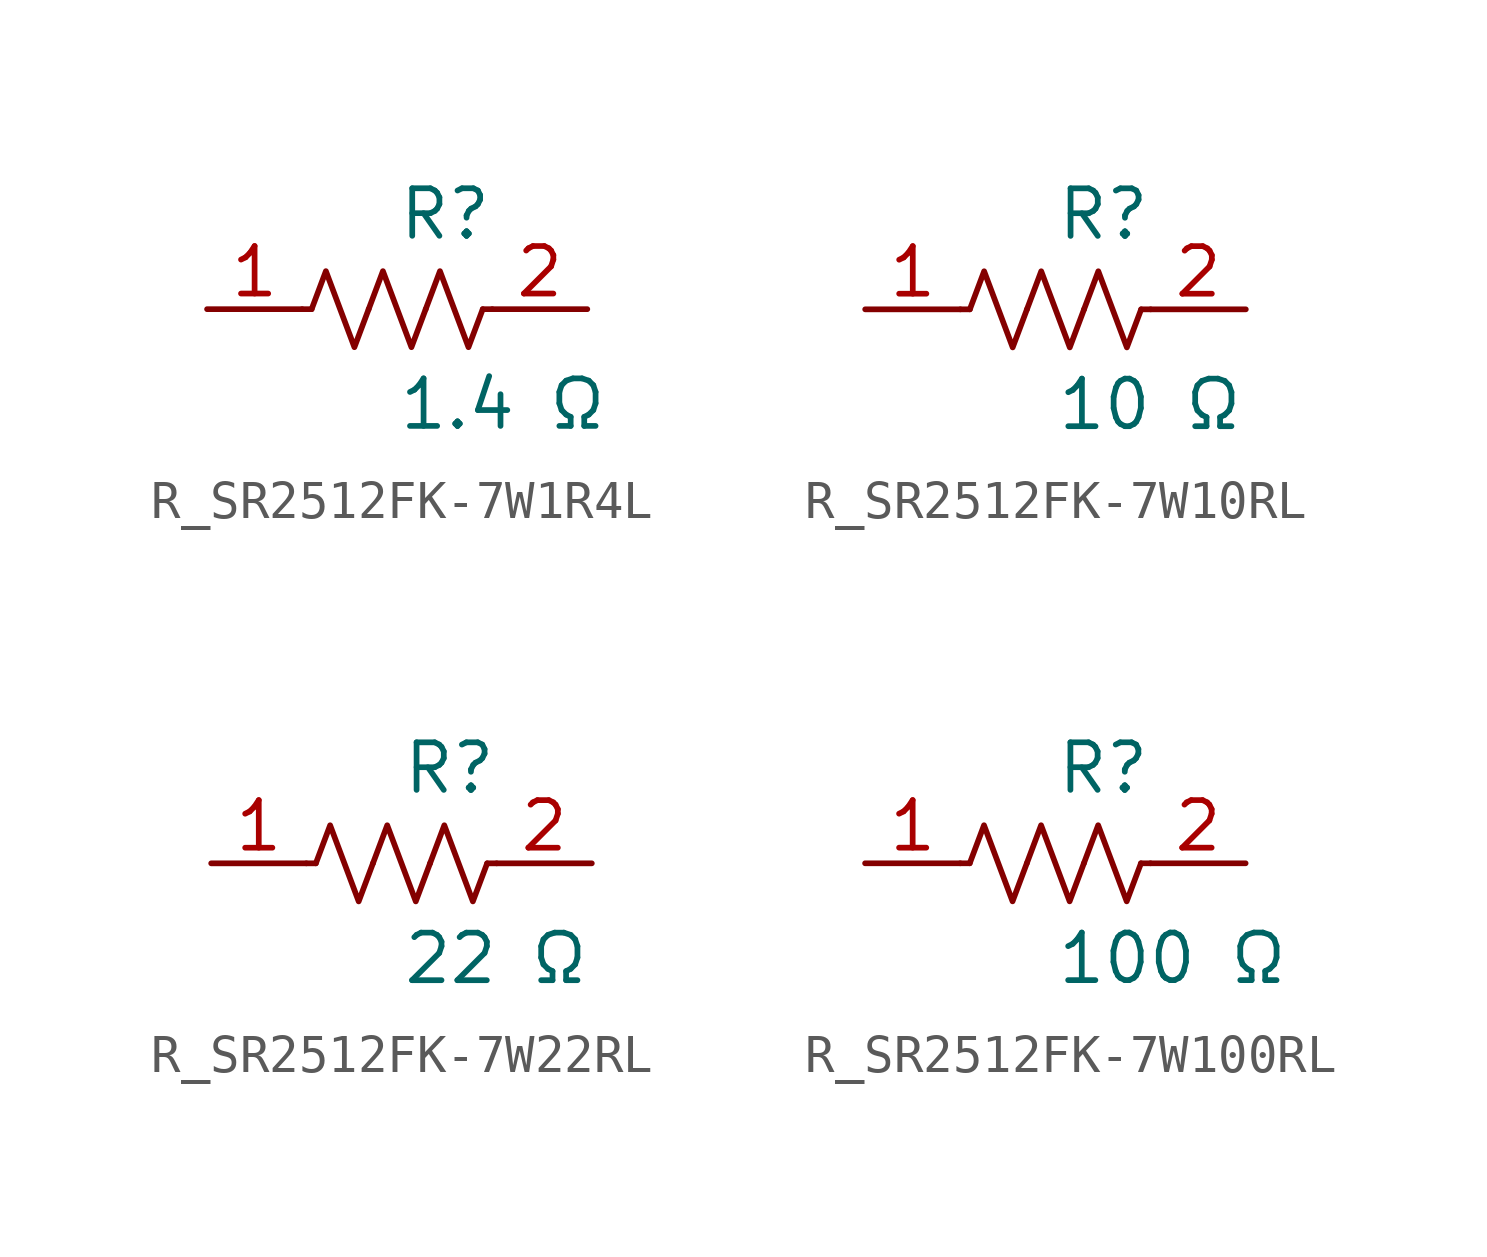
<source format=kicad_sym>
(kicad_symbol_lib
  (version 20231120)
  (generator kicad_symbol_editor)
  (generator_version 8.0)
  (symbol "R_SR2512FK-7W1R4L"
    (pin_names
      (offset 0.254))
    (property "Reference" "R"
      (at 0 2.54 0)
      (effects (font (size 1.27 1.27)) (justify left)))
    (property "Value" "1.4 Ω"
      (at 0 -2.54 0)
      (effects (font (size 1.27 1.27)) (justify left)))
    (symbol "R_SR2512FK-7W1R4L_0_1"
      (polyline (pts (xy 2.286 0) (xy 2.54 0)) (stroke (width 0) (type default)) (fill (type none)))
      (polyline (pts (xy -2.286 0) (xy -2.54 0)) (stroke (width 0) (type default)) (fill (type none)))
      (polyline (pts (xy 0.762 0) (xy 1.143 1.016) (xy 1.524 0) (xy 1.905 -1.016) (xy 2.286 0)) (stroke (width 0) (type default)) (fill (type none)))
      (polyline (pts (xy -0.762 0) (xy -0.381 1.016) (xy 0 0) (xy 0.381 -1.016) (xy 0.762 0)) (stroke (width 0) (type default)) (fill (type none)))
      (polyline (pts (xy -2.286 0) (xy -1.905 1.016) (xy -1.524 0) (xy -1.143 -1.016) (xy -0.762 0)) (stroke (width 0) (type default)) (fill (type none))))
    (pin passive line
      (at -5.08 0 0)
      (length 2.54)
      (name "" (effects (font (size 1.27 1.27))))
      (number "1" (effects (font (size 1.27 1.27)))))
    (pin passive line
      (at 5.08 0 180)
      (length 2.54)
      (name "" (effects (font (size 1.27 1.27))))
      (number "2" (effects (font (size 1.27 1.27))))))
  (symbol "R_SR2512FK-7W10RL"
    (pin_names
      (offset 0.254))
    (property "Reference" "R"
      (at 0 2.54 0)
      (effects (font (size 1.27 1.27)) (justify left)))
    (property "Value" "10 Ω"
      (at 0 -2.54 0)
      (effects (font (size 1.27 1.27)) (justify left)))
    (symbol "R_SR2512FK-7W10RL_0_1"
      (polyline (pts (xy 2.286 0) (xy 2.54 0)) (stroke (width 0) (type default)) (fill (type none)))
      (polyline (pts (xy -2.286 0) (xy -2.54 0)) (stroke (width 0) (type default)) (fill (type none)))
      (polyline (pts (xy 0.762 0) (xy 1.143 1.016) (xy 1.524 0) (xy 1.905 -1.016) (xy 2.286 0)) (stroke (width 0) (type default)) (fill (type none)))
      (polyline (pts (xy -0.762 0) (xy -0.381 1.016) (xy 0 0) (xy 0.381 -1.016) (xy 0.762 0)) (stroke (width 0) (type default)) (fill (type none)))
      (polyline (pts (xy -2.286 0) (xy -1.905 1.016) (xy -1.524 0) (xy -1.143 -1.016) (xy -0.762 0)) (stroke (width 0) (type default)) (fill (type none))))
    (pin passive line
      (at -5.08 0 0)
      (length 2.54)
      (name "" (effects (font (size 1.27 1.27))))
      (number "1" (effects (font (size 1.27 1.27)))))
    (pin passive line
      (at 5.08 0 180)
      (length 2.54)
      (name "" (effects (font (size 1.27 1.27))))
      (number "2" (effects (font (size 1.27 1.27))))))
  (symbol "R_SR2512FK-7W22RL"
    (pin_names
      (offset 0.254))
    (property "Reference" "R"
      (at 0 2.54 0)
      (effects (font (size 1.27 1.27)) (justify left)))
    (property "Value" "22 Ω"
      (at 0 -2.54 0)
      (effects (font (size 1.27 1.27)) (justify left)))
    (symbol "R_SR2512FK-7W22RL_0_1"
      (polyline (pts (xy 2.286 0) (xy 2.54 0)) (stroke (width 0) (type default)) (fill (type none)))
      (polyline (pts (xy -2.286 0) (xy -2.54 0)) (stroke (width 0) (type default)) (fill (type none)))
      (polyline (pts (xy 0.762 0) (xy 1.143 1.016) (xy 1.524 0) (xy 1.905 -1.016) (xy 2.286 0)) (stroke (width 0) (type default)) (fill (type none)))
      (polyline (pts (xy -0.762 0) (xy -0.381 1.016) (xy 0 0) (xy 0.381 -1.016) (xy 0.762 0)) (stroke (width 0) (type default)) (fill (type none)))
      (polyline (pts (xy -2.286 0) (xy -1.905 1.016) (xy -1.524 0) (xy -1.143 -1.016) (xy -0.762 0)) (stroke (width 0) (type default)) (fill (type none))))
    (pin passive line
      (at -5.08 0 0)
      (length 2.54)
      (name "" (effects (font (size 1.27 1.27))))
      (number "1" (effects (font (size 1.27 1.27)))))
    (pin passive line
      (at 5.08 0 180)
      (length 2.54)
      (name "" (effects (font (size 1.27 1.27))))
      (number "2" (effects (font (size 1.27 1.27))))))
  (symbol "R_SR2512FK-7W100RL"
    (pin_names
      (offset 0.254))
    (property "Reference" "R"
      (at 0 2.54 0)
      (effects (font (size 1.27 1.27)) (justify left)))
    (property "Value" "100 Ω"
      (at 0 -2.54 0)
      (effects (font (size 1.27 1.27)) (justify left)))
    (symbol "R_SR2512FK-7W100RL_0_1"
      (polyline (pts (xy 2.286 0) (xy 2.54 0)) (stroke (width 0) (type default)) (fill (type none)))
      (polyline (pts (xy -2.286 0) (xy -2.54 0)) (stroke (width 0) (type default)) (fill (type none)))
      (polyline (pts (xy 0.762 0) (xy 1.143 1.016) (xy 1.524 0) (xy 1.905 -1.016) (xy 2.286 0)) (stroke (width 0) (type default)) (fill (type none)))
      (polyline (pts (xy -0.762 0) (xy -0.381 1.016) (xy 0 0) (xy 0.381 -1.016) (xy 0.762 0)) (stroke (width 0) (type default)) (fill (type none)))
      (polyline (pts (xy -2.286 0) (xy -1.905 1.016) (xy -1.524 0) (xy -1.143 -1.016) (xy -0.762 0)) (stroke (width 0) (type default)) (fill (type none))))
    (pin passive line
      (at -5.08 0 0)
      (length 2.54)
      (name "" (effects (font (size 1.27 1.27))))
      (number "1" (effects (font (size 1.27 1.27)))))
    (pin passive line
      (at 5.08 0 180)
      (length 2.54)
      (name "" (effects (font (size 1.27 1.27))))
      (number "2" (effects (font (size 1.27 1.27)))))))
</source>
